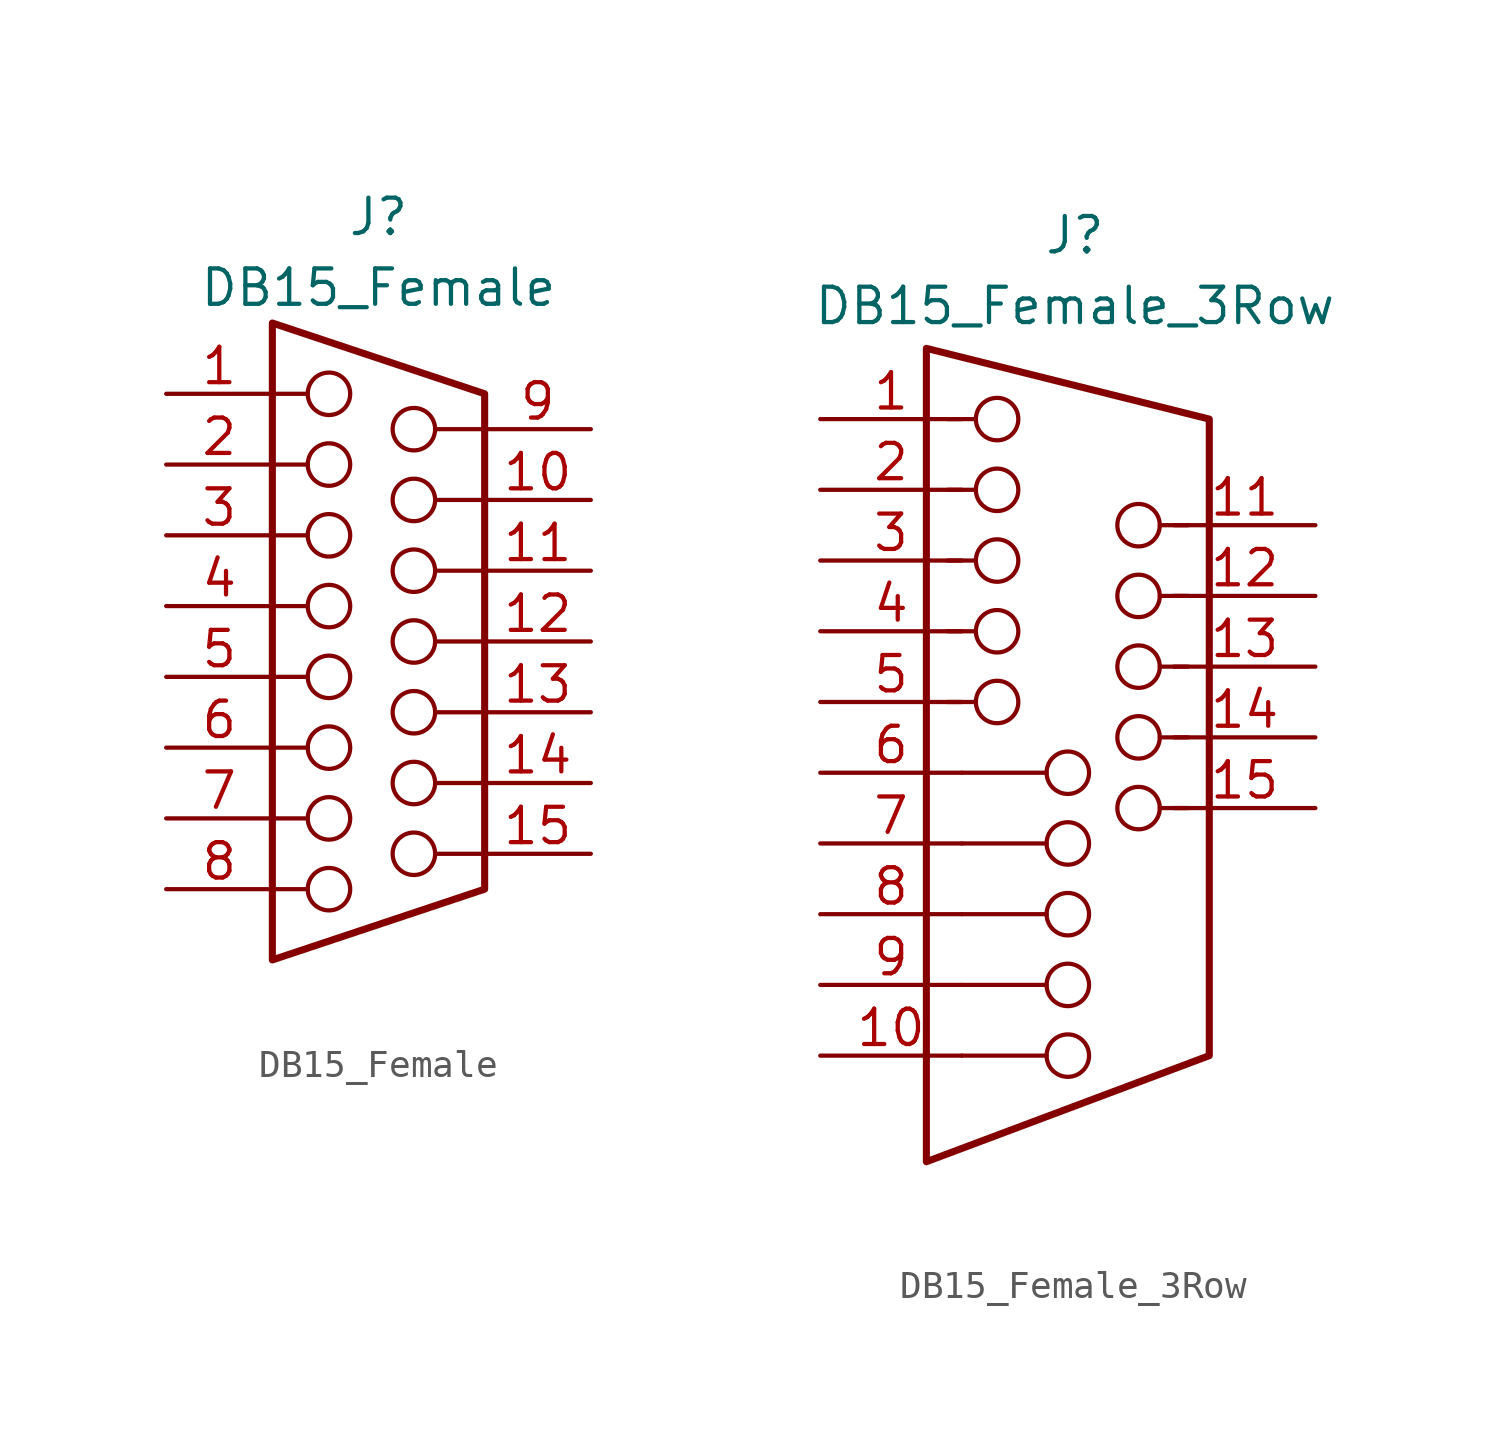
<source format=kicad_sym>
(kicad_symbol_lib
  (version 20220914)
  (generator kicad_symbol_editor)
  (symbol "DB15_Female"
    (pin_names
      (offset 1.016) hide)
    (property "Reference" "J"
      (at 0 15.24 0)
      (effects (font (size 1.27 1.27))))
    (property "Value" "DB15_Female"
      (at 0 12.7 0)
      (effects (font (size 1.27 1.27))))
    (symbol "DB15_Female_0_1"
      (circle (center -1.778 -8.89) (radius 0.762) (stroke (width 0) (type default)) (fill (type none)))
      (circle (center -1.778 -6.35) (radius 0.762) (stroke (width 0) (type default)) (fill (type none)))
      (circle (center -1.778 -3.81) (radius 0.762) (stroke (width 0) (type default)) (fill (type none)))
      (circle (center -1.778 -1.27) (radius 0.762) (stroke (width 0) (type default)) (fill (type none)))
      (circle (center -1.778 1.27) (radius 0.762) (stroke (width 0) (type default)) (fill (type none)))
      (circle (center -1.778 3.81) (radius 0.762) (stroke (width 0) (type default)) (fill (type none)))
      (circle (center -1.778 6.35) (radius 0.762) (stroke (width 0) (type default)) (fill (type none)))
      (circle (center -1.778 8.89) (radius 0.762) (stroke (width 0) (type default)) (fill (type none)))
      (polyline (pts (xy -3.81 -8.89) (xy -2.54 -8.89)) (stroke (width 0) (type default)) (fill (type none)))
      (polyline (pts (xy -3.81 -6.35) (xy -2.54 -6.35)) (stroke (width 0) (type default)) (fill (type none)))
      (polyline (pts (xy -3.81 -3.81) (xy -2.54 -3.81)) (stroke (width 0) (type default)) (fill (type none)))
      (polyline (pts (xy -3.81 -1.27) (xy -2.54 -1.27)) (stroke (width 0) (type default)) (fill (type none)))
      (polyline (pts (xy -3.81 1.27) (xy -2.54 1.27)) (stroke (width 0) (type default)) (fill (type none)))
      (polyline (pts (xy -3.81 3.81) (xy -2.54 3.81)) (stroke (width 0) (type default)) (fill (type none)))
      (polyline (pts (xy -3.81 6.35) (xy -2.54 6.35)) (stroke (width 0) (type default)) (fill (type none)))
      (polyline (pts (xy -3.81 8.89) (xy -2.54 8.89)) (stroke (width 0) (type default)) (fill (type none)))
      (polyline (pts (xy 2.032 -7.62) (xy 3.81 -7.62)) (stroke (width 0) (type default)) (fill (type none)))
      (polyline (pts (xy 2.032 -5.08) (xy 3.81 -5.08)) (stroke (width 0) (type default)) (fill (type none)))
      (polyline (pts (xy 2.032 -2.54) (xy 3.81 -2.54)) (stroke (width 0) (type default)) (fill (type none)))
      (polyline (pts (xy 2.032 0) (xy 3.81 0)) (stroke (width 0) (type default)) (fill (type none)))
      (polyline (pts (xy 2.032 2.54) (xy 3.81 2.54)) (stroke (width 0) (type default)) (fill (type none)))
      (polyline (pts (xy 2.032 5.08) (xy 3.81 5.08)) (stroke (width 0) (type default)) (fill (type none)))
      (polyline (pts (xy 2.032 7.62) (xy 3.81 7.62)) (stroke (width 0) (type default)) (fill (type none)))
      (circle (center 1.27 -7.62) (radius 0.762) (stroke (width 0) (type default)) (fill (type none)))
      (circle (center 1.27 -5.08) (radius 0.762) (stroke (width 0) (type default)) (fill (type none)))
      (circle (center 1.27 -2.54) (radius 0.762) (stroke (width 0) (type default)) (fill (type none)))
      (circle (center 1.27 0) (radius 0.762) (stroke (width 0) (type default)) (fill (type none)))
      (circle (center 1.27 2.54) (radius 0.762) (stroke (width 0) (type default)) (fill (type none)))
      (circle (center 1.27 5.08) (radius 0.762) (stroke (width 0) (type default)) (fill (type none)))
      (circle (center 1.27 7.62) (radius 0.762) (stroke (width 0) (type default)) (fill (type none))))
    (symbol "DB15_Female_1_1"
      (polyline (pts (xy -3.81 11.43) (xy -3.81 -11.43) (xy 3.81 -8.89) (xy 3.81 8.89) (xy -3.81 11.43)) (stroke (width 0.254) (type default)) (fill (type none)))
      (pin passive line (at -7.62 8.89 0) (length 3.81) (name "1" (effects (font (size 1.27 1.27)))) (number "1" (effects (font (size 1.27 1.27)))))
      (pin passive line (at 7.62 5.08 180) (length 3.81) (name "10" (effects (font (size 1.27 1.27)))) (number "10" (effects (font (size 1.27 1.27)))))
      (pin passive line (at 7.62 2.54 180) (length 3.81) (name "11" (effects (font (size 1.27 1.27)))) (number "11" (effects (font (size 1.27 1.27)))))
      (pin passive line (at 7.62 0 180) (length 3.81) (name "12" (effects (font (size 1.27 1.27)))) (number "12" (effects (font (size 1.27 1.27)))))
      (pin passive line (at 7.62 -2.54 180) (length 3.81) (name "13" (effects (font (size 1.27 1.27)))) (number "13" (effects (font (size 1.27 1.27)))))
      (pin passive line (at 7.62 -5.08 180) (length 3.81) (name "14" (effects (font (size 1.27 1.27)))) (number "14" (effects (font (size 1.27 1.27)))))
      (pin passive line (at 7.62 -7.62 180) (length 3.81) (name "15" (effects (font (size 1.27 1.27)))) (number "15" (effects (font (size 1.27 1.27)))))
      (pin passive line (at -7.62 6.35 0) (length 3.81) (name "2" (effects (font (size 1.27 1.27)))) (number "2" (effects (font (size 1.27 1.27)))))
      (pin passive line (at -7.62 3.81 0) (length 3.81) (name "3" (effects (font (size 1.27 1.27)))) (number "3" (effects (font (size 1.27 1.27)))))
      (pin passive line (at -7.62 1.27 0) (length 3.81) (name "4" (effects (font (size 1.27 1.27)))) (number "4" (effects (font (size 1.27 1.27)))))
      (pin passive line (at -7.62 -1.27 0) (length 3.81) (name "5" (effects (font (size 1.27 1.27)))) (number "5" (effects (font (size 1.27 1.27)))))
      (pin passive line (at -7.62 -3.81 0) (length 3.81) (name "6" (effects (font (size 1.27 1.27)))) (number "6" (effects (font (size 1.27 1.27)))))
      (pin passive line (at -7.62 -6.35 0) (length 3.81) (name "7" (effects (font (size 1.27 1.27)))) (number "7" (effects (font (size 1.27 1.27)))))
      (pin passive line (at -7.62 -8.89 0) (length 3.81) (name "8" (effects (font (size 1.27 1.27)))) (number "8" (effects (font (size 1.27 1.27)))))
      (pin passive line (at 7.62 7.62 180) (length 3.81) (name "9" (effects (font (size 1.27 1.27)))) (number "9" (effects (font (size 1.27 1.27)))))))
  (symbol "DB15_Female_3Row"
    (pin_names
      (offset 1.016) hide)
    (property "Reference" "J"
      (at 0.254 17.78 0)
      (effects (font (size 1.27 1.27))))
    (property "Value" "DB15_Female_3Row"
      (at 0.254 15.24 0)
      (effects (font (size 1.27 1.27))))
    (symbol "DB15_Female_3Row_0_1"
      (circle (center -2.54 1.016) (radius 0.762) (stroke (width 0) (type default)) (fill (type none)))
      (circle (center -2.54 3.556) (radius 0.762) (stroke (width 0) (type default)) (fill (type none)))
      (circle (center -2.54 6.096) (radius 0.762) (stroke (width 0) (type default)) (fill (type none)))
      (circle (center -2.54 8.636) (radius 0.762) (stroke (width 0) (type default)) (fill (type none)))
      (circle (center -2.54 11.176) (radius 0.762) (stroke (width 0) (type default)) (fill (type none)))
      (circle (center 0 -11.684) (radius 0.762) (stroke (width 0) (type default)) (fill (type none)))
      (circle (center 0 -9.144) (radius 0.762) (stroke (width 0) (type default)) (fill (type none)))
      (circle (center 0 -6.604) (radius 0.762) (stroke (width 0) (type default)) (fill (type none)))
      (circle (center 0 -4.064) (radius 0.762) (stroke (width 0) (type default)) (fill (type none)))
      (circle (center 0 -1.524) (radius 0.762) (stroke (width 0) (type default)) (fill (type none)))
      (polyline (pts (xy -3.81 -4.064) (xy -0.762 -4.064)) (stroke (width 0) (type default)) (fill (type none)))
      (polyline (pts (xy -3.302 1.016) (xy -4.318 1.016)) (stroke (width 0) (type default)) (fill (type none)))
      (polyline (pts (xy -3.302 3.556) (xy -4.318 3.556)) (stroke (width 0) (type default)) (fill (type none)))
      (polyline (pts (xy -3.302 6.096) (xy -4.318 6.096)) (stroke (width 0) (type default)) (fill (type none)))
      (polyline (pts (xy -3.302 8.636) (xy -4.318 8.636)) (stroke (width 0) (type default)) (fill (type none)))
      (polyline (pts (xy -3.302 11.176) (xy -4.318 11.176)) (stroke (width 0) (type default)) (fill (type none)))
      (polyline (pts (xy -0.762 -11.684) (xy -3.81 -11.684)) (stroke (width 0) (type default)) (fill (type none)))
      (polyline (pts (xy -0.762 -9.144) (xy -3.81 -9.144)) (stroke (width 0) (type default)) (fill (type none)))
      (polyline (pts (xy -0.762 -6.604) (xy -3.81 -6.604)) (stroke (width 0) (type default)) (fill (type none)))
      (polyline (pts (xy -0.762 -1.524) (xy -3.81 -1.524)) (stroke (width 0) (type default)) (fill (type none)))
      (polyline (pts (xy 4.318 -2.794) (xy 3.302 -2.794)) (stroke (width 0) (type default)) (fill (type none)))
      (polyline (pts (xy 4.318 -0.254) (xy 3.302 -0.254)) (stroke (width 0) (type default)) (fill (type none)))
      (polyline (pts (xy 4.318 2.286) (xy 3.302 2.286)) (stroke (width 0) (type default)) (fill (type none)))
      (polyline (pts (xy 4.318 4.826) (xy 3.302 4.826)) (stroke (width 0) (type default)) (fill (type none)))
      (polyline (pts (xy 4.318 7.366) (xy 3.302 7.366)) (stroke (width 0) (type default)) (fill (type none)))
      (circle (center 2.54 -2.794) (radius 0.762) (stroke (width 0) (type default)) (fill (type none)))
      (circle (center 2.54 -0.254) (radius 0.762) (stroke (width 0) (type default)) (fill (type none)))
      (circle (center 2.54 2.286) (radius 0.762) (stroke (width 0) (type default)) (fill (type none)))
      (circle (center 2.54 4.826) (radius 0.762) (stroke (width 0) (type default)) (fill (type none)))
      (circle (center 2.54 7.366) (radius 0.762) (stroke (width 0) (type default)) (fill (type none))))
    (symbol "DB15_Female_3Row_1_1"
      (polyline (pts (xy -5.08 13.716) (xy -5.08 -15.494) (xy 5.08 -11.684) (xy 5.08 11.176) (xy -5.08 13.716)) (stroke (width 0.254) (type default)) (fill (type none)))
      (pin passive line (at -8.89 11.176 0) (length 5.08) (name "~" (effects (font (size 1.27 1.27)))) (number "1" (effects (font (size 1.27 1.27)))))
      (pin passive line (at -8.89 -11.684 0) (length 5.08) (name "~" (effects (font (size 1.27 1.27)))) (number "10" (effects (font (size 1.27 1.27)))))
      (pin passive line (at 8.89 7.366 180) (length 5.08) (name "~" (effects (font (size 1.27 1.27)))) (number "11" (effects (font (size 1.27 1.27)))))
      (pin passive line (at 8.89 4.826 180) (length 5.08) (name "~" (effects (font (size 1.27 1.27)))) (number "12" (effects (font (size 1.27 1.27)))))
      (pin passive line (at 8.89 2.286 180) (length 5.08) (name "~" (effects (font (size 1.27 1.27)))) (number "13" (effects (font (size 1.27 1.27)))))
      (pin passive line (at 8.89 -0.254 180) (length 5.08) (name "~" (effects (font (size 1.27 1.27)))) (number "14" (effects (font (size 1.27 1.27)))))
      (pin passive line (at 8.89 -2.794 180) (length 5.08) (name "~" (effects (font (size 1.27 1.27)))) (number "15" (effects (font (size 1.27 1.27)))))
      (pin passive line (at -8.89 8.636 0) (length 5.08) (name "~" (effects (font (size 1.27 1.27)))) (number "2" (effects (font (size 1.27 1.27)))))
      (pin passive line (at -8.89 6.096 0) (length 5.08) (name "~" (effects (font (size 1.27 1.27)))) (number "3" (effects (font (size 1.27 1.27)))))
      (pin passive line (at -8.89 3.556 0) (length 5.08) (name "~" (effects (font (size 1.27 1.27)))) (number "4" (effects (font (size 1.27 1.27)))))
      (pin passive line (at -8.89 1.016 0) (length 5.08) (name "~" (effects (font (size 1.27 1.27)))) (number "5" (effects (font (size 1.27 1.27)))))
      (pin passive line (at -8.89 -1.524 0) (length 5.08) (name "~" (effects (font (size 1.27 1.27)))) (number "6" (effects (font (size 1.27 1.27)))))
      (pin passive line (at -8.89 -4.064 0) (length 5.08) (name "~" (effects (font (size 1.27 1.27)))) (number "7" (effects (font (size 1.27 1.27)))))
      (pin passive line (at -8.89 -6.604 0) (length 5.08) (name "~" (effects (font (size 1.27 1.27)))) (number "8" (effects (font (size 1.27 1.27)))))
      (pin passive line (at -8.89 -9.144 0) (length 5.08) (name "~" (effects (font (size 1.27 1.27)))) (number "9" (effects (font (size 1.27 1.27))))))))
</source>
